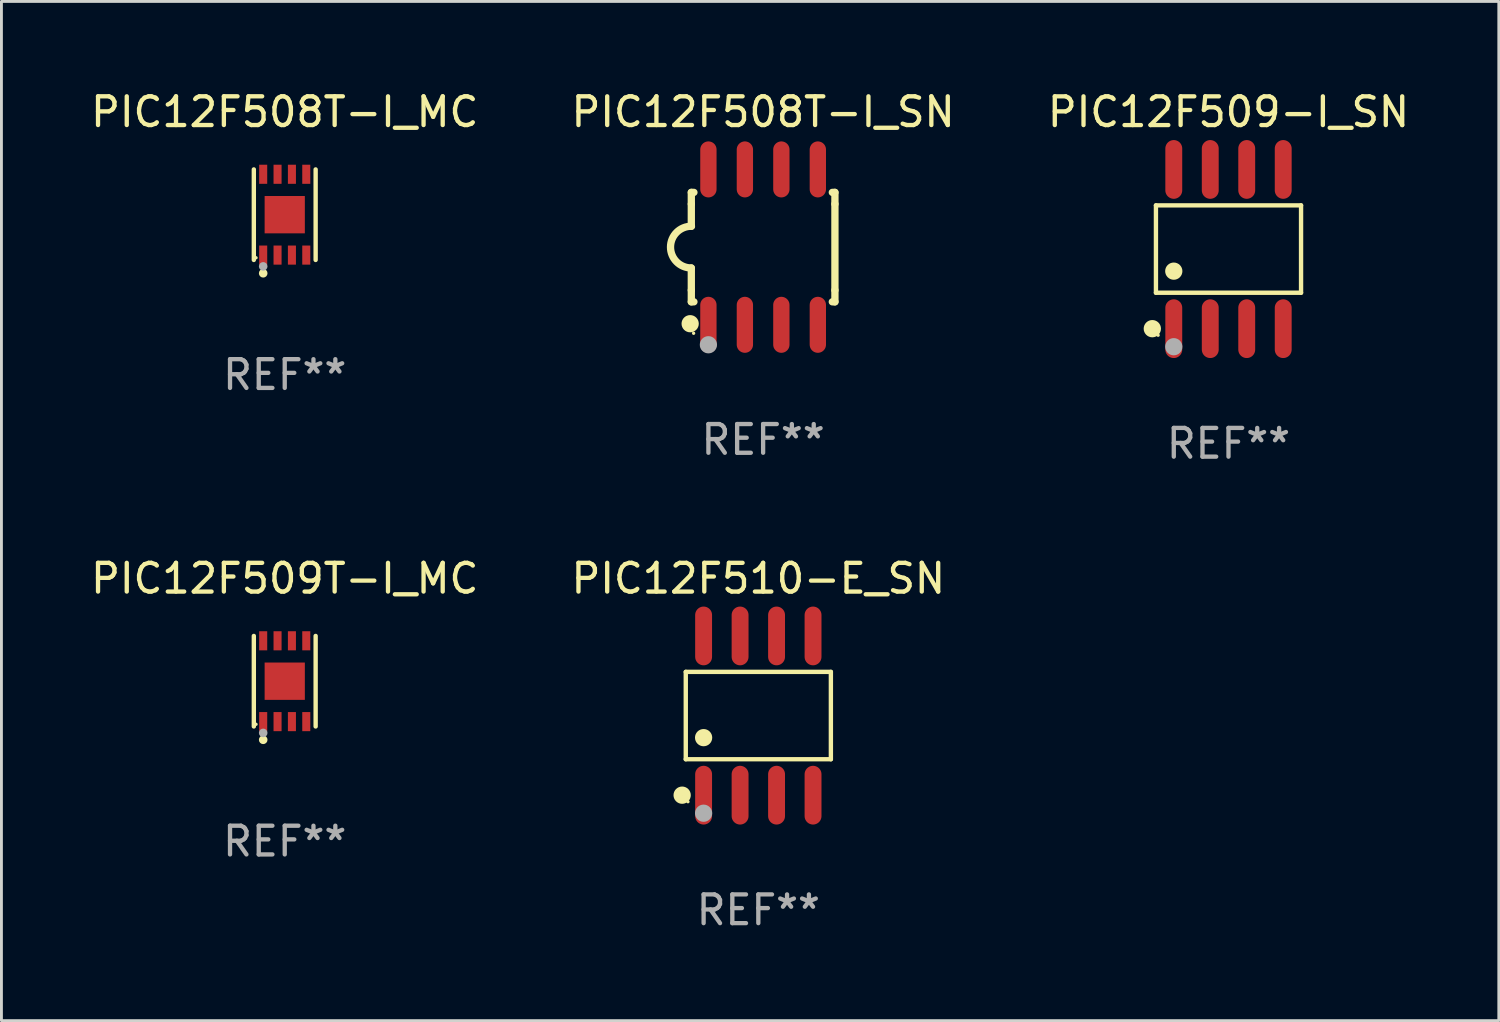
<source format=kicad_pcb>
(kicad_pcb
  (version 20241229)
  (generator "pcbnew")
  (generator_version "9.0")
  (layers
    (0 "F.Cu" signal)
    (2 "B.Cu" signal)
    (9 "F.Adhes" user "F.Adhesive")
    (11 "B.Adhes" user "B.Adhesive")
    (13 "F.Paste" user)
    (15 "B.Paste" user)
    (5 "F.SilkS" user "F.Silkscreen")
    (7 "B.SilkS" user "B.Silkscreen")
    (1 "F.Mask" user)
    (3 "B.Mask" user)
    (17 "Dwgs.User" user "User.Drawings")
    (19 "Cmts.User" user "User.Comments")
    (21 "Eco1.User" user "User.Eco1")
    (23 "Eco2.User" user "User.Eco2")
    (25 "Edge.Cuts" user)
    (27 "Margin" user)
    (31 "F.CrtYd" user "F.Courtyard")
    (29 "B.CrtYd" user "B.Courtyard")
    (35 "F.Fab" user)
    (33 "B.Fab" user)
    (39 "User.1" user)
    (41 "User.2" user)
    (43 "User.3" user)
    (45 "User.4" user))
  (footprint "PIC12F510-E_SN"
    (layer "F.Cu")
    (at 23.351 21.862)
    (property "Reference" "PIC12F510-E_SN" (at 0 -4.772 0) (layer "F.SilkS") (effects (font (size 1 1) (thickness 0.15))))
    (attr through_hole)
    (fp_line (start -2.526 -1.521) (end 2.526 -1.521) (stroke (width 0.152) (type solid)) (layer "F.SilkS"))
    (fp_line (start -2.526 1.521) (end -2.526 -1.521) (stroke (width 0.152) (type solid)) (layer "F.SilkS"))
    (fp_line (start 2.526 -1.521) (end 2.526 1.521) (stroke (width 0.152) (type solid)) (layer "F.SilkS"))
    (fp_line (start 2.526 1.521) (end -2.526 1.521) (stroke (width 0.152) (type solid)) (layer "F.SilkS"))
    (fp_circle (center -2.652 2.772) (end -2.501 2.772) (stroke (width 0.3) (type solid)) (fill no) (layer "F.SilkS"))
    (fp_circle (center -2.45 3) (end -2.42 3) (stroke (width 0.06) (type solid)) (fill no) (layer "F.SilkS"))
    (fp_circle (center -1.905 0.769) (end -1.755 0.769) (stroke (width 0.3) (type solid)) (fill no) (layer "F.SilkS"))
    (fp_circle (center -1.905 3.4) (end -1.755 3.4) (stroke (width 0.3) (type solid)) (fill no) (layer "F.Fab"))
    (fp_text user "REF**" (at 0 6.772 0) (layer "F.Fab") (effects (font (size 1 1) (thickness 0.15))))
    (pad "1" smd oval (at -1.905 2.772) (size 0.588 2.045) (layers "F.Cu" "F.Mask" "F.Paste"))
    (pad "2" smd oval (at -0.635 2.772) (size 0.588 2.045) (layers "F.Cu" "F.Mask" "F.Paste"))
    (pad "3" smd oval (at 0.635 2.772) (size 0.588 2.045) (layers "F.Cu" "F.Mask" "F.Paste"))
    (pad "4" smd oval (at 1.905 2.772) (size 0.588 2.045) (layers "F.Cu" "F.Mask" "F.Paste"))
    (pad "5" smd oval (at 1.905 -2.772) (size 0.588 2.045) (layers "F.Cu" "F.Mask" "F.Paste"))
    (pad "6" smd oval (at 0.635 -2.772) (size 0.588 2.045) (layers "F.Cu" "F.Mask" "F.Paste"))
    (pad "7" smd oval (at -0.635 -2.772) (size 0.588 2.045) (layers "F.Cu" "F.Mask" "F.Paste"))
    (pad "8" smd oval (at -1.905 -2.772) (size 0.588 2.045) (layers "F.Cu" "F.Mask" "F.Paste")))
  (footprint "PIC12F509T-I_MC"
    (layer "F.Cu")
    (at 6.863 20.666)
    (property "Reference" "PIC12F509T-I_MC" (at 0 -3.576 0) (layer "F.SilkS") (effects (font (size 1 1) (thickness 0.15))))
    (attr through_hole)
    (fp_line (start -1.076 1.576) (end -1.076 -1.576) (stroke (width 0.152) (type solid)) (layer "F.SilkS"))
    (fp_line (start 1.076 1.576) (end 1.076 -1.576) (stroke (width 0.152) (type solid)) (layer "F.SilkS"))
    (fp_circle (center -1 1.5) (end -0.97 1.5) (stroke (width 0.06) (type solid)) (fill no) (layer "F.SilkS"))
    (fp_circle (center -0.75 2.04) (end -0.675 2.04) (stroke (width 0.15) (type solid)) (fill no) (layer "F.SilkS"))
    (fp_circle (center -0.75 1.8) (end -0.675 1.8) (stroke (width 0.15) (type solid)) (fill no) (layer "F.Fab"))
    (fp_text user "REF**" (at 0 5.576 0) (layer "F.Fab") (effects (font (size 1 1) (thickness 0.15))))
    (pad "1" smd rect (at -0.75 1.407) (size 0.28 0.665) (layers "F.Cu" "F.Mask" "F.Paste"))
    (pad "2" smd rect (at -0.25 1.407) (size 0.28 0.665) (layers "F.Cu" "F.Mask" "F.Paste"))
    (pad "3" smd rect (at 0.25 1.407) (size 0.28 0.665) (layers "F.Cu" "F.Mask" "F.Paste"))
    (pad "4" smd rect (at 0.75 1.407) (size 0.28 0.665) (layers "F.Cu" "F.Mask" "F.Paste"))
    (pad "5" smd rect (at 0.75 -1.407) (size 0.28 0.665) (layers "F.Cu" "F.Mask" "F.Paste"))
    (pad "6" smd rect (at 0.25 -1.407) (size 0.28 0.665) (layers "F.Cu" "F.Mask" "F.Paste"))
    (pad "7" smd rect (at -0.25 -1.407) (size 0.28 0.665) (layers "F.Cu" "F.Mask" "F.Paste"))
    (pad "8" smd rect (at -0.75 -1.407) (size 0.28 0.665) (layers "F.Cu" "F.Mask" "F.Paste"))
    (pad "9" smd rect (at 0 0) (size 1.4 1.3) (layers "F.Cu" "F.Mask" "F.Paste")))
  (footprint "PIC12F508T-I_MC"
    (layer "F.Cu")
    (at 6.863 4.424)
    (property "Reference" "PIC12F508T-I_MC" (at 0 -3.576 0) (layer "F.SilkS") (effects (font (size 1 1) (thickness 0.15))))
    (attr through_hole)
    (fp_line (start -1.076 1.576) (end -1.076 -1.576) (stroke (width 0.152) (type solid)) (layer "F.SilkS"))
    (fp_line (start 1.076 1.576) (end 1.076 -1.576) (stroke (width 0.152) (type solid)) (layer "F.SilkS"))
    (fp_circle (center -1 1.5) (end -0.97 1.5) (stroke (width 0.06) (type solid)) (fill no) (layer "F.SilkS"))
    (fp_circle (center -0.75 2.04) (end -0.675 2.04) (stroke (width 0.15) (type solid)) (fill no) (layer "F.SilkS"))
    (fp_circle (center -0.75 1.8) (end -0.675 1.8) (stroke (width 0.15) (type solid)) (fill no) (layer "F.Fab"))
    (fp_text user "REF**" (at 0 5.576 0) (layer "F.Fab") (effects (font (size 1 1) (thickness 0.15))))
    (pad "1" smd rect (at -0.75 1.407) (size 0.28 0.665) (layers "F.Cu" "F.Mask" "F.Paste"))
    (pad "2" smd rect (at -0.25 1.407) (size 0.28 0.665) (layers "F.Cu" "F.Mask" "F.Paste"))
    (pad "3" smd rect (at 0.25 1.407) (size 0.28 0.665) (layers "F.Cu" "F.Mask" "F.Paste"))
    (pad "4" smd rect (at 0.75 1.407) (size 0.28 0.665) (layers "F.Cu" "F.Mask" "F.Paste"))
    (pad "5" smd rect (at 0.75 -1.407) (size 0.28 0.665) (layers "F.Cu" "F.Mask" "F.Paste"))
    (pad "6" smd rect (at 0.25 -1.407) (size 0.28 0.665) (layers "F.Cu" "F.Mask" "F.Paste"))
    (pad "7" smd rect (at -0.25 -1.407) (size 0.28 0.665) (layers "F.Cu" "F.Mask" "F.Paste"))
    (pad "8" smd rect (at -0.75 -1.407) (size 0.28 0.665) (layers "F.Cu" "F.Mask" "F.Paste"))
    (pad "9" smd rect (at 0 0) (size 1.4 1.3) (layers "F.Cu" "F.Mask" "F.Paste")))
  (footprint "PIC12F509-I_SN"
    (layer "F.Cu")
    (at 39.72 5.621)
    (property "Reference" "PIC12F509-I_SN" (at 0 -4.772 0) (layer "F.SilkS") (effects (font (size 1 1) (thickness 0.15))))
    (attr through_hole)
    (fp_line (start -2.526 -1.521) (end 2.526 -1.521) (stroke (width 0.152) (type solid)) (layer "F.SilkS"))
    (fp_line (start -2.526 1.521) (end -2.526 -1.521) (stroke (width 0.152) (type solid)) (layer "F.SilkS"))
    (fp_line (start 2.526 -1.521) (end 2.526 1.521) (stroke (width 0.152) (type solid)) (layer "F.SilkS"))
    (fp_line (start 2.526 1.521) (end -2.526 1.521) (stroke (width 0.152) (type solid)) (layer "F.SilkS"))
    (fp_circle (center -2.652 2.772) (end -2.501 2.772) (stroke (width 0.3) (type solid)) (fill no) (layer "F.SilkS"))
    (fp_circle (center -2.45 3) (end -2.42 3) (stroke (width 0.06) (type solid)) (fill no) (layer "F.SilkS"))
    (fp_circle (center -1.905 0.769) (end -1.755 0.769) (stroke (width 0.3) (type solid)) (fill no) (layer "F.SilkS"))
    (fp_circle (center -1.905 3.4) (end -1.755 3.4) (stroke (width 0.3) (type solid)) (fill no) (layer "F.Fab"))
    (fp_text user "REF**" (at 0 6.772 0) (layer "F.Fab") (effects (font (size 1 1) (thickness 0.15))))
    (pad "1" smd oval (at -1.905 2.772) (size 0.588 2.045) (layers "F.Cu" "F.Mask" "F.Paste"))
    (pad "2" smd oval (at -0.635 2.772) (size 0.588 2.045) (layers "F.Cu" "F.Mask" "F.Paste"))
    (pad "3" smd oval (at 0.635 2.772) (size 0.588 2.045) (layers "F.Cu" "F.Mask" "F.Paste"))
    (pad "4" smd oval (at 1.905 2.772) (size 0.588 2.045) (layers "F.Cu" "F.Mask" "F.Paste"))
    (pad "5" smd oval (at 1.905 -2.772) (size 0.588 2.045) (layers "F.Cu" "F.Mask" "F.Paste"))
    (pad "6" smd oval (at 0.635 -2.772) (size 0.588 2.045) (layers "F.Cu" "F.Mask" "F.Paste"))
    (pad "7" smd oval (at -0.635 -2.772) (size 0.588 2.045) (layers "F.Cu" "F.Mask" "F.Paste"))
    (pad "8" smd oval (at -1.905 -2.772) (size 0.588 2.045) (layers "F.Cu" "F.Mask" "F.Paste")))
  (footprint "PIC12F508T-I_SN"
    (layer "F.Cu")
    (at 23.518 5.553)
    (property "Reference" "PIC12F508T-I_SN" (at 0 -4.705 0) (layer "F.SilkS") (effects (font (size 1 1) (thickness 0.15))))
    (attr through_hole)
    (fp_line (start -2.5 -1.905) (end -2.409 -1.905) (stroke (width 0.254) (type solid)) (layer "F.SilkS"))
    (fp_line (start -2.5 -1.5) (end -2.5 -1.905) (stroke (width 0.254) (type solid)) (layer "F.SilkS"))
    (fp_line (start -2.5 -1.5) (end -2.5 -0.726) (stroke (width 0.254) (type solid)) (layer "F.SilkS"))
    (fp_line (start -2.5 1.5) (end -2.5 0.727) (stroke (width 0.254) (type solid)) (layer "F.SilkS"))
    (fp_line (start -2.5 1.5) (end -2.5 1.905) (stroke (width 0.254) (type solid)) (layer "F.SilkS"))
    (fp_line (start -2.5 1.905) (end -2.409 1.905) (stroke (width 0.254) (type solid)) (layer "F.SilkS"))
    (fp_line (start 2.5 -1.905) (end 2.409 -1.905) (stroke (width 0.254) (type solid)) (layer "F.SilkS"))
    (fp_line (start 2.5 -1.5) (end 2.5 -1.905) (stroke (width 0.254) (type solid)) (layer "F.SilkS"))
    (fp_line (start 2.5 -1.5) (end 2.5 1.5) (stroke (width 0.254) (type solid)) (layer "F.SilkS"))
    (fp_line (start 2.5 1.5) (end 2.5 1.905) (stroke (width 0.254) (type solid)) (layer "F.SilkS"))
    (fp_line (start 2.5 1.905) (end 2.409 1.905) (stroke (width 0.254) (type solid)) (layer "F.SilkS"))
    (fp_arc (start -2.5 0.726568) (mid -3.220316 -0.0023) (end -2.495097 -0.726289) (stroke (width 0.254001) (type solid)) (layer "F.SilkS"))
    (fp_circle (center -2.54 2.667) (end -2.39 2.667) (stroke (width 0.3) (type solid)) (fill no) (layer "F.SilkS"))
    (fp_circle (center -2.42 3) (end -2.39 3) (stroke (width 0.06) (type solid)) (fill no) (layer "F.SilkS"))
    (fp_circle (center -1.905 3.4) (end -1.755 3.4) (stroke (width 0.3) (type solid)) (fill no) (layer "F.Fab"))
    (fp_text user "REF**" (at 0 6.705 0) (layer "F.Fab") (effects (font (size 1 1) (thickness 0.15))))
    (pad "1" smd oval (at -1.905 2.705) (size 0.568 1.95) (layers "F.Cu" "F.Mask" "F.Paste"))
    (pad "2" smd oval (at -0.635 2.705) (size 0.568 1.95) (layers "F.Cu" "F.Mask" "F.Paste"))
    (pad "3" smd oval (at 0.635 2.705) (size 0.568 1.95) (layers "F.Cu" "F.Mask" "F.Paste"))
    (pad "4" smd oval (at 1.905 2.705) (size 0.568 1.95) (layers "F.Cu" "F.Mask" "F.Paste"))
    (pad "5" smd oval (at 1.905 -2.705) (size 0.568 1.95) (layers "F.Cu" "F.Mask" "F.Paste"))
    (pad "6" smd oval (at 0.635 -2.705) (size 0.568 1.95) (layers "F.Cu" "F.Mask" "F.Paste"))
    (pad "7" smd oval (at -0.635 -2.705) (size 0.568 1.95) (layers "F.Cu" "F.Mask" "F.Paste"))
    (pad "8" smd oval (at -1.905 -2.705) (size 0.568 1.95) (layers "F.Cu" "F.Mask" "F.Paste")))
  (gr_rect
    (start -3 -3)
    (end 49.131 32.483)
    (stroke (width 0.1) (type default))
    (fill no)
    (layer "Edge.Cuts")))
</source>
